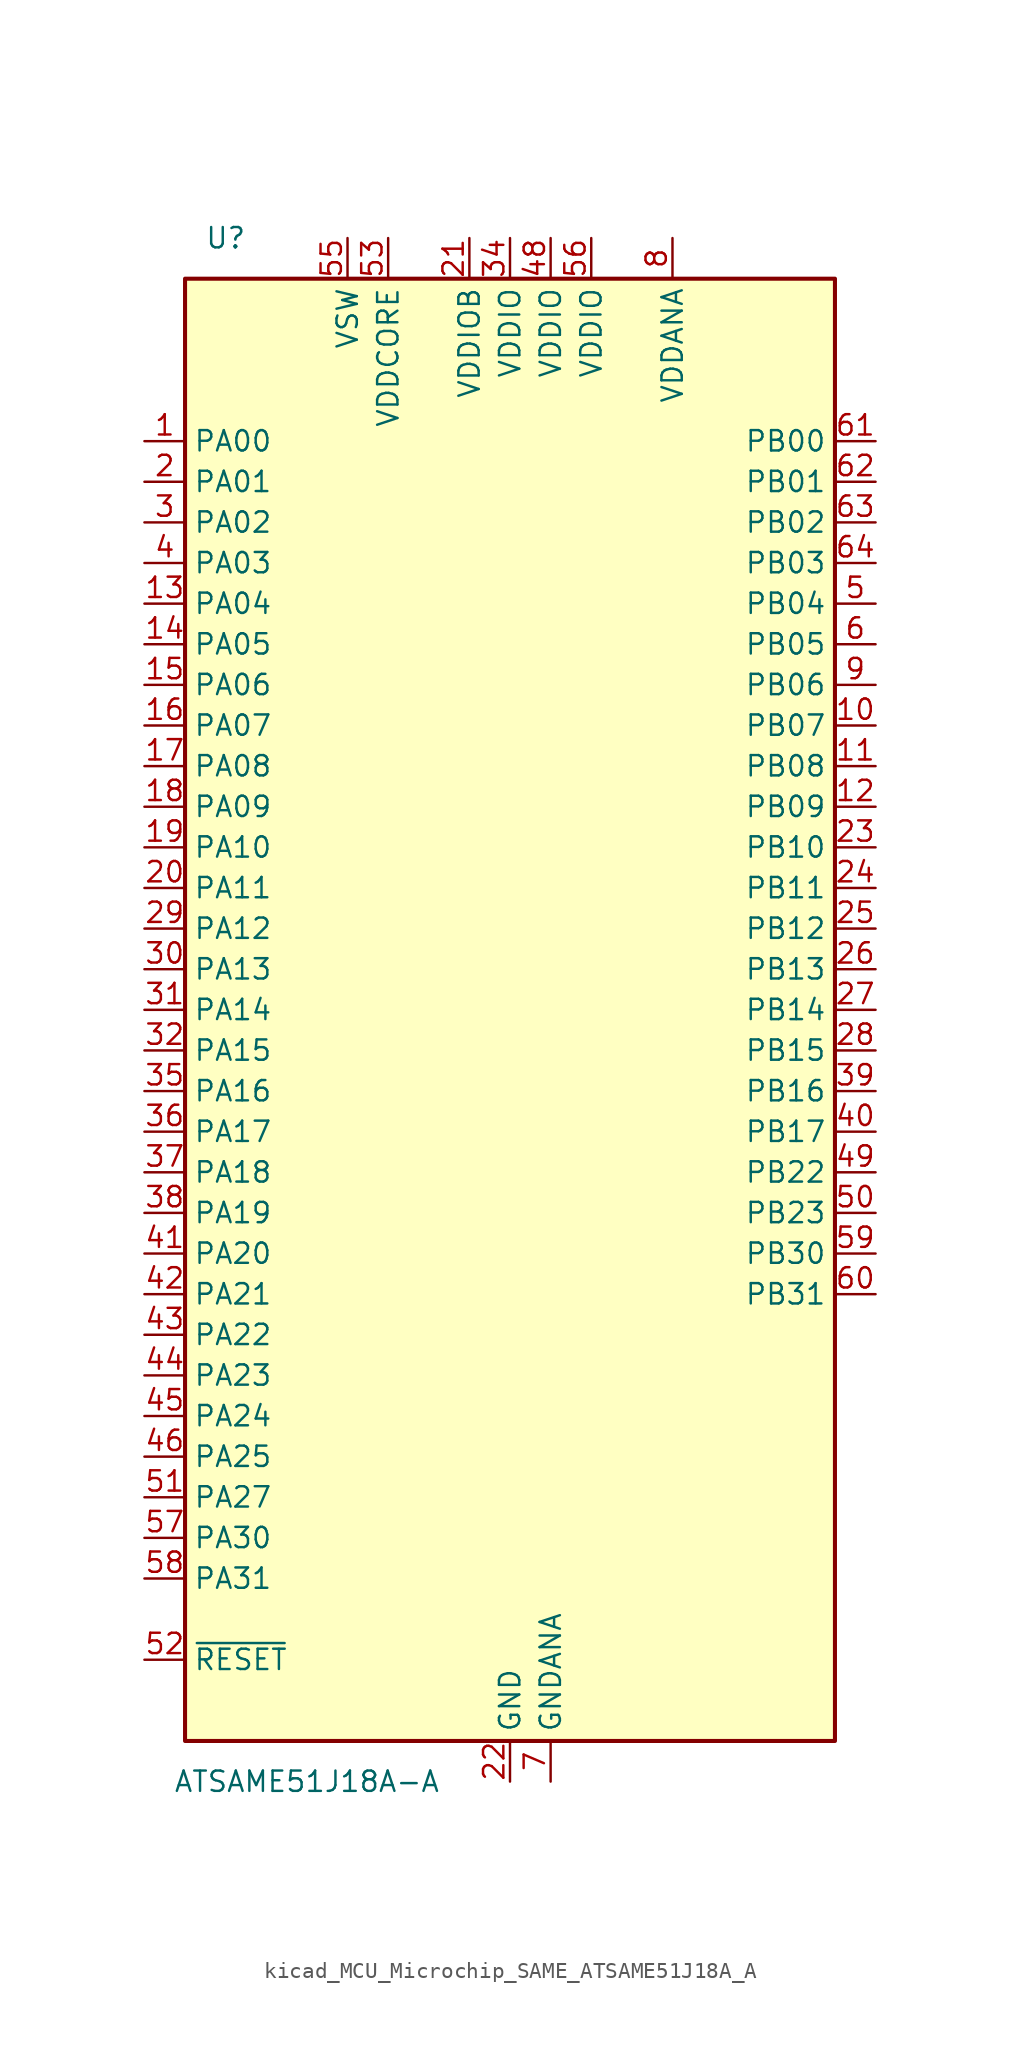
<source format=kicad_sym>
(kicad_symbol_lib
  (version 20220914)
  (generator kicad_symbol_editor)
  (symbol "kicad_MCU_Microchip_SAME_ATSAME51J18A_A"
    (property "Reference" "U"
      (at -17.78 48.26 0)
      (effects (font (size 1.27 1.27))))
    (property "Value" "ATSAME51J18A-A"
      (at -12.7 -48.26 0)
      (effects (font (size 1.27 1.27))))
    (symbol "kicad_MCU_Microchip_SAME_ATSAME51J18A_A_0_1"
      (rectangle (start -20.32 45.72) (end 20.32 -45.72) (stroke (width 0.254) (type default)) (fill (type background))))
    (symbol "kicad_MCU_Microchip_SAME_ATSAME51J18A_A_1_0"
      (pin bidirectional line (at 22.86 27.94 180) (length 2.54) (name "PB03" (effects (font (size 1.27 1.27)))) (number "64" (effects (font (size 1.27 1.27))))))
    (symbol "kicad_MCU_Microchip_SAME_ATSAME51J18A_A_1_1"
      (pin bidirectional line (at -22.86 35.56 0) (length 2.54) (name "PA00" (effects (font (size 1.27 1.27)))) (number "1" (effects (font (size 1.27 1.27)))))
      (pin bidirectional line (at 22.86 17.78 180) (length 2.54) (name "PB07" (effects (font (size 1.27 1.27)))) (number "10" (effects (font (size 1.27 1.27)))))
      (pin bidirectional line (at 22.86 15.24 180) (length 2.54) (name "PB08" (effects (font (size 1.27 1.27)))) (number "11" (effects (font (size 1.27 1.27)))))
      (pin bidirectional line (at 22.86 12.7 180) (length 2.54) (name "PB09" (effects (font (size 1.27 1.27)))) (number "12" (effects (font (size 1.27 1.27)))))
      (pin bidirectional line (at -22.86 25.4 0) (length 2.54) (name "PA04" (effects (font (size 1.27 1.27)))) (number "13" (effects (font (size 1.27 1.27)))))
      (pin bidirectional line (at -22.86 22.86 0) (length 2.54) (name "PA05" (effects (font (size 1.27 1.27)))) (number "14" (effects (font (size 1.27 1.27)))))
      (pin bidirectional line (at -22.86 20.32 0) (length 2.54) (name "PA06" (effects (font (size 1.27 1.27)))) (number "15" (effects (font (size 1.27 1.27)))))
      (pin bidirectional line (at -22.86 17.78 0) (length 2.54) (name "PA07" (effects (font (size 1.27 1.27)))) (number "16" (effects (font (size 1.27 1.27)))))
      (pin bidirectional line (at -22.86 15.24 0) (length 2.54) (name "PA08" (effects (font (size 1.27 1.27)))) (number "17" (effects (font (size 1.27 1.27)))))
      (pin bidirectional line (at -22.86 12.7 0) (length 2.54) (name "PA09" (effects (font (size 1.27 1.27)))) (number "18" (effects (font (size 1.27 1.27)))))
      (pin bidirectional line (at -22.86 10.16 0) (length 2.54) (name "PA10" (effects (font (size 1.27 1.27)))) (number "19" (effects (font (size 1.27 1.27)))))
      (pin bidirectional line (at -22.86 33.02 0) (length 2.54) (name "PA01" (effects (font (size 1.27 1.27)))) (number "2" (effects (font (size 1.27 1.27)))))
      (pin bidirectional line (at -22.86 7.62 0) (length 2.54) (name "PA11" (effects (font (size 1.27 1.27)))) (number "20" (effects (font (size 1.27 1.27)))))
      (pin power_in line (at -2.54 48.26 270) (length 2.54) (name "VDDIOB" (effects (font (size 1.27 1.27)))) (number "21" (effects (font (size 1.27 1.27)))))
      (pin power_in line (at 0 -48.26 90) (length 2.54) (name "GND" (effects (font (size 1.27 1.27)))) (number "22" (effects (font (size 1.27 1.27)))))
      (pin bidirectional line (at 22.86 10.16 180) (length 2.54) (name "PB10" (effects (font (size 1.27 1.27)))) (number "23" (effects (font (size 1.27 1.27)))))
      (pin bidirectional line (at 22.86 7.62 180) (length 2.54) (name "PB11" (effects (font (size 1.27 1.27)))) (number "24" (effects (font (size 1.27 1.27)))))
      (pin bidirectional line (at 22.86 5.08 180) (length 2.54) (name "PB12" (effects (font (size 1.27 1.27)))) (number "25" (effects (font (size 1.27 1.27)))))
      (pin bidirectional line (at 22.86 2.54 180) (length 2.54) (name "PB13" (effects (font (size 1.27 1.27)))) (number "26" (effects (font (size 1.27 1.27)))))
      (pin bidirectional line (at 22.86 0 180) (length 2.54) (name "PB14" (effects (font (size 1.27 1.27)))) (number "27" (effects (font (size 1.27 1.27)))))
      (pin bidirectional line (at 22.86 -2.54 180) (length 2.54) (name "PB15" (effects (font (size 1.27 1.27)))) (number "28" (effects (font (size 1.27 1.27)))))
      (pin bidirectional line (at -22.86 5.08 0) (length 2.54) (name "PA12" (effects (font (size 1.27 1.27)))) (number "29" (effects (font (size 1.27 1.27)))))
      (pin bidirectional line (at -22.86 30.48 0) (length 2.54) (name "PA02" (effects (font (size 1.27 1.27)))) (number "3" (effects (font (size 1.27 1.27)))))
      (pin bidirectional line (at -22.86 2.54 0) (length 2.54) (name "PA13" (effects (font (size 1.27 1.27)))) (number "30" (effects (font (size 1.27 1.27)))))
      (pin bidirectional line (at -22.86 0 0) (length 2.54) (name "PA14" (effects (font (size 1.27 1.27)))) (number "31" (effects (font (size 1.27 1.27)))))
      (pin bidirectional line (at -22.86 -2.54 0) (length 2.54) (name "PA15" (effects (font (size 1.27 1.27)))) (number "32" (effects (font (size 1.27 1.27)))))
      (pin passive line (at 0 -48.26 90) (length 2.54) hide (name "GND" (effects (font (size 1.27 1.27)))) (number "33" (effects (font (size 1.27 1.27)))))
      (pin power_in line (at 0 48.26 270) (length 2.54) (name "VDDIO" (effects (font (size 1.27 1.27)))) (number "34" (effects (font (size 1.27 1.27)))))
      (pin bidirectional line (at -22.86 -5.08 0) (length 2.54) (name "PA16" (effects (font (size 1.27 1.27)))) (number "35" (effects (font (size 1.27 1.27)))))
      (pin bidirectional line (at -22.86 -7.62 0) (length 2.54) (name "PA17" (effects (font (size 1.27 1.27)))) (number "36" (effects (font (size 1.27 1.27)))))
      (pin bidirectional line (at -22.86 -10.16 0) (length 2.54) (name "PA18" (effects (font (size 1.27 1.27)))) (number "37" (effects (font (size 1.27 1.27)))))
      (pin bidirectional line (at -22.86 -12.7 0) (length 2.54) (name "PA19" (effects (font (size 1.27 1.27)))) (number "38" (effects (font (size 1.27 1.27)))))
      (pin bidirectional line (at 22.86 -5.08 180) (length 2.54) (name "PB16" (effects (font (size 1.27 1.27)))) (number "39" (effects (font (size 1.27 1.27)))))
      (pin bidirectional line (at -22.86 27.94 0) (length 2.54) (name "PA03" (effects (font (size 1.27 1.27)))) (number "4" (effects (font (size 1.27 1.27)))))
      (pin bidirectional line (at 22.86 -7.62 180) (length 2.54) (name "PB17" (effects (font (size 1.27 1.27)))) (number "40" (effects (font (size 1.27 1.27)))))
      (pin bidirectional line (at -22.86 -15.24 0) (length 2.54) (name "PA20" (effects (font (size 1.27 1.27)))) (number "41" (effects (font (size 1.27 1.27)))))
      (pin bidirectional line (at -22.86 -17.78 0) (length 2.54) (name "PA21" (effects (font (size 1.27 1.27)))) (number "42" (effects (font (size 1.27 1.27)))))
      (pin bidirectional line (at -22.86 -20.32 0) (length 2.54) (name "PA22" (effects (font (size 1.27 1.27)))) (number "43" (effects (font (size 1.27 1.27)))))
      (pin bidirectional line (at -22.86 -22.86 0) (length 2.54) (name "PA23" (effects (font (size 1.27 1.27)))) (number "44" (effects (font (size 1.27 1.27)))))
      (pin bidirectional line (at -22.86 -25.4 0) (length 2.54) (name "PA24" (effects (font (size 1.27 1.27)))) (number "45" (effects (font (size 1.27 1.27)))))
      (pin bidirectional line (at -22.86 -27.94 0) (length 2.54) (name "PA25" (effects (font (size 1.27 1.27)))) (number "46" (effects (font (size 1.27 1.27)))))
      (pin passive line (at 0 -48.26 90) (length 2.54) hide (name "GND" (effects (font (size 1.27 1.27)))) (number "47" (effects (font (size 1.27 1.27)))))
      (pin power_in line (at 2.54 48.26 270) (length 2.54) (name "VDDIO" (effects (font (size 1.27 1.27)))) (number "48" (effects (font (size 1.27 1.27)))))
      (pin bidirectional line (at 22.86 -10.16 180) (length 2.54) (name "PB22" (effects (font (size 1.27 1.27)))) (number "49" (effects (font (size 1.27 1.27)))))
      (pin bidirectional line (at 22.86 25.4 180) (length 2.54) (name "PB04" (effects (font (size 1.27 1.27)))) (number "5" (effects (font (size 1.27 1.27)))))
      (pin bidirectional line (at 22.86 -12.7 180) (length 2.54) (name "PB23" (effects (font (size 1.27 1.27)))) (number "50" (effects (font (size 1.27 1.27)))))
      (pin bidirectional line (at -22.86 -30.48 0) (length 2.54) (name "PA27" (effects (font (size 1.27 1.27)))) (number "51" (effects (font (size 1.27 1.27)))))
      (pin input line (at -22.86 -40.64 0) (length 2.54) (name "~{RESET}" (effects (font (size 1.27 1.27)))) (number "52" (effects (font (size 1.27 1.27)))))
      (pin power_out line (at -7.62 48.26 270) (length 2.54) (name "VDDCORE" (effects (font (size 1.27 1.27)))) (number "53" (effects (font (size 1.27 1.27)))))
      (pin passive line (at 0 -48.26 90) (length 2.54) hide (name "GND" (effects (font (size 1.27 1.27)))) (number "54" (effects (font (size 1.27 1.27)))))
      (pin power_in line (at -10.16 48.26 270) (length 2.54) (name "VSW" (effects (font (size 1.27 1.27)))) (number "55" (effects (font (size 1.27 1.27)))))
      (pin power_in line (at 5.08 48.26 270) (length 2.54) (name "VDDIO" (effects (font (size 1.27 1.27)))) (number "56" (effects (font (size 1.27 1.27)))))
      (pin bidirectional line (at -22.86 -33.02 0) (length 2.54) (name "PA30" (effects (font (size 1.27 1.27)))) (number "57" (effects (font (size 1.27 1.27)))))
      (pin bidirectional line (at -22.86 -35.56 0) (length 2.54) (name "PA31" (effects (font (size 1.27 1.27)))) (number "58" (effects (font (size 1.27 1.27)))))
      (pin bidirectional line (at 22.86 -15.24 180) (length 2.54) (name "PB30" (effects (font (size 1.27 1.27)))) (number "59" (effects (font (size 1.27 1.27)))))
      (pin bidirectional line (at 22.86 22.86 180) (length 2.54) (name "PB05" (effects (font (size 1.27 1.27)))) (number "6" (effects (font (size 1.27 1.27)))))
      (pin bidirectional line (at 22.86 -17.78 180) (length 2.54) (name "PB31" (effects (font (size 1.27 1.27)))) (number "60" (effects (font (size 1.27 1.27)))))
      (pin bidirectional line (at 22.86 35.56 180) (length 2.54) (name "PB00" (effects (font (size 1.27 1.27)))) (number "61" (effects (font (size 1.27 1.27)))))
      (pin bidirectional line (at 22.86 33.02 180) (length 2.54) (name "PB01" (effects (font (size 1.27 1.27)))) (number "62" (effects (font (size 1.27 1.27)))))
      (pin bidirectional line (at 22.86 30.48 180) (length 2.54) (name "PB02" (effects (font (size 1.27 1.27)))) (number "63" (effects (font (size 1.27 1.27)))))
      (pin power_in line (at 2.54 -48.26 90) (length 2.54) (name "GNDANA" (effects (font (size 1.27 1.27)))) (number "7" (effects (font (size 1.27 1.27)))))
      (pin power_in line (at 10.16 48.26 270) (length 2.54) (name "VDDANA" (effects (font (size 1.27 1.27)))) (number "8" (effects (font (size 1.27 1.27)))))
      (pin bidirectional line (at 22.86 20.32 180) (length 2.54) (name "PB06" (effects (font (size 1.27 1.27)))) (number "9" (effects (font (size 1.27 1.27))))))))
</source>
